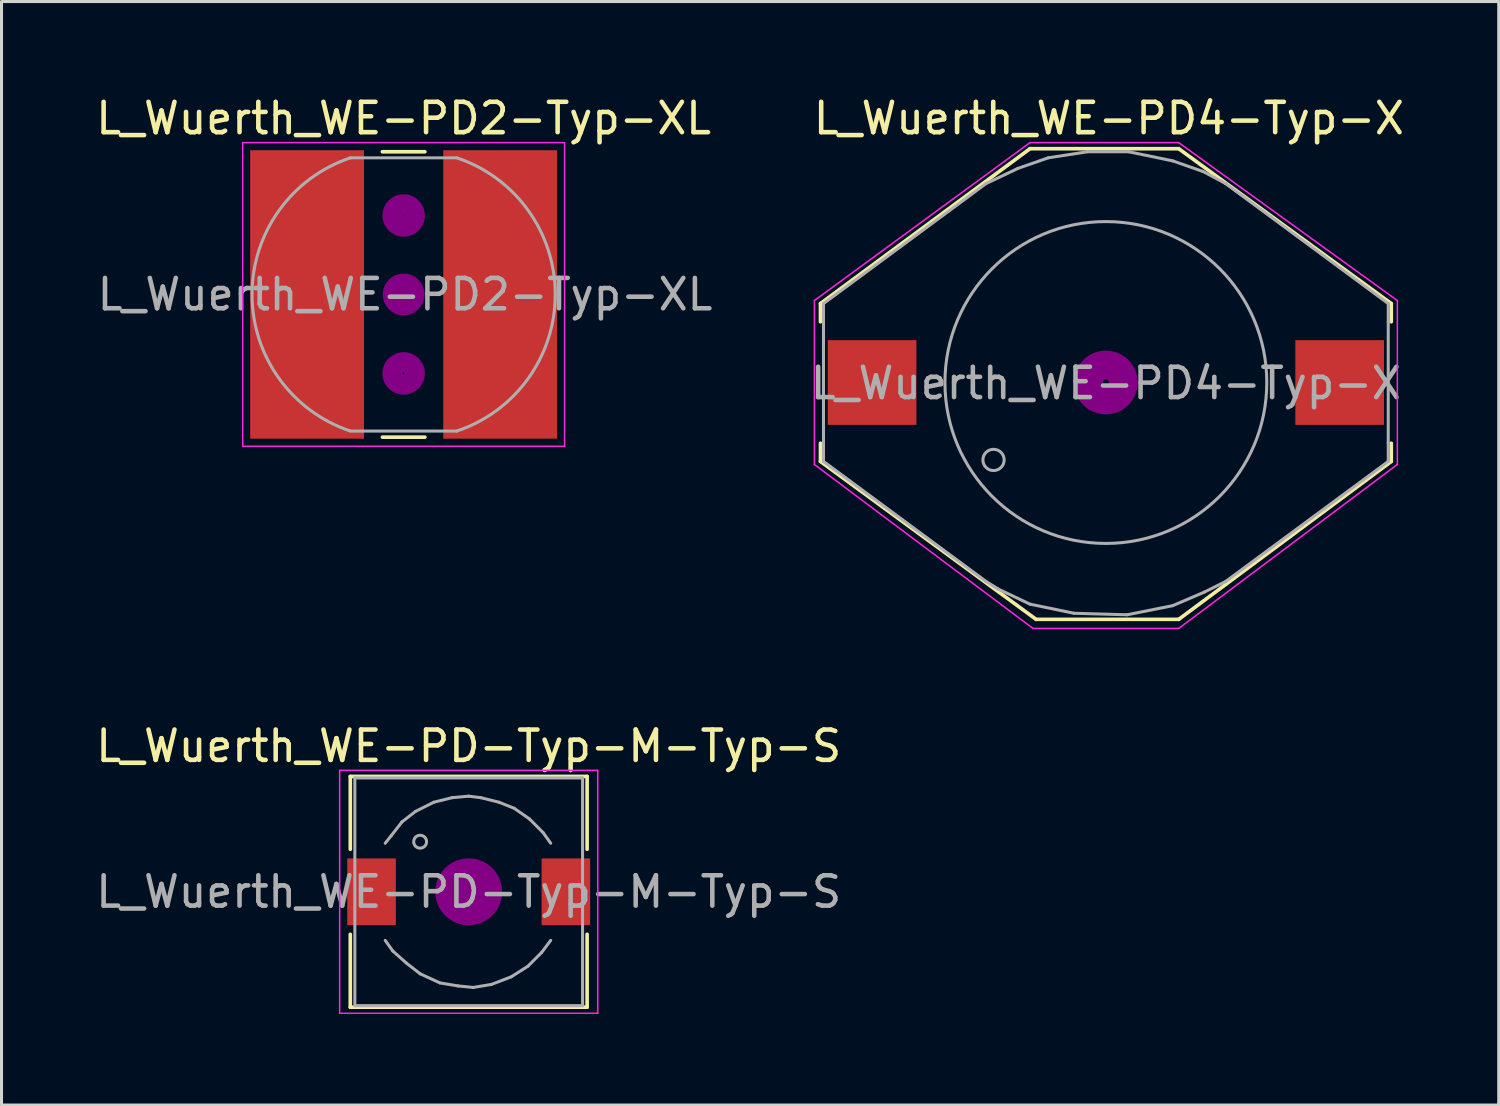
<source format=kicad_pcb>
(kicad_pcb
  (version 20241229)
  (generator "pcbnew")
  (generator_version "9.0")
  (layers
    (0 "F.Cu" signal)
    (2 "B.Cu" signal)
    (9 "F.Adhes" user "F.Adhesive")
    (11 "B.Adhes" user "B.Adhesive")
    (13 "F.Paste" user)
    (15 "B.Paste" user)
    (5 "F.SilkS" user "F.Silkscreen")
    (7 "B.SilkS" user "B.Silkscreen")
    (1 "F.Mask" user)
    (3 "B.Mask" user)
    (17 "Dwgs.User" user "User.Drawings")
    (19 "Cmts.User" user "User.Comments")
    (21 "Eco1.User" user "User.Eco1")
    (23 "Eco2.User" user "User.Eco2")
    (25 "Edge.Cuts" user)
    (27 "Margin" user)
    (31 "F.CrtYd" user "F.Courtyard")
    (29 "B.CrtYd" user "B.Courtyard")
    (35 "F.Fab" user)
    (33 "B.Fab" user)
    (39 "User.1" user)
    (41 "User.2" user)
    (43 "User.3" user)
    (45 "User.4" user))
  (footprint "L_Wuerth_WE-PD4-Typ-X"
    (layer "F.Cu")
    (at 33.372 9.548)
    (property "Reference" "L_Wuerth_WE-PD4-Typ-X" (at 0.1 -8.7 0) (layer "F.SilkS") (effects (font (size 1 1) (thickness 0.15))))
    (attr smd)
    (fp_line (start -9.4 -2.6) (end -2.5 -7.7) (stroke (width 0.12) (type solid)) (layer "F.SilkS"))
    (fp_line (start -9.4 -2) (end -9.4 -2.6) (stroke (width 0.12) (type solid)) (layer "F.SilkS"))
    (fp_line (start -9.4 2.6) (end -9.4 2) (stroke (width 0.12) (type solid)) (layer "F.SilkS"))
    (fp_line (start -9.4 2.6) (end -2.3 7.8) (stroke (width 0.12) (type solid)) (layer "F.SilkS"))
    (fp_line (start -2.5 -7.7) (end 2.4 -7.7) (stroke (width 0.12) (type solid)) (layer "F.SilkS"))
    (fp_line (start -2.3 7.8) (end 2.4 7.8) (stroke (width 0.12) (type solid)) (layer "F.SilkS"))
    (fp_line (start 2.4 -7.7) (end 9.4 -2.6) (stroke (width 0.12) (type solid)) (layer "F.SilkS"))
    (fp_line (start 2.4 7.8) (end 9.4 2.6) (stroke (width 0.12) (type solid)) (layer "F.SilkS"))
    (fp_line (start 9.4 -2) (end 9.4 -2.6) (stroke (width 0.12) (type solid)) (layer "F.SilkS"))
    (fp_line (start 9.4 2.6) (end 9.4 2) (stroke (width 0.12) (type solid)) (layer "F.SilkS"))
    (fp_circle (center 0 0) (end 0.1 0) (stroke (width 0.3) (type solid)) (fill no) (layer "F.Adhes"))
    (fp_circle (center 0 0) (end 0.3 0) (stroke (width 0.3) (type solid)) (fill no) (layer "F.Adhes"))
    (fp_circle (center 0 0) (end 0.5 0) (stroke (width 0.3) (type solid)) (fill no) (layer "F.Adhes"))
    (fp_circle (center 0 0) (end 0.7 0) (stroke (width 0.3) (type solid)) (fill no) (layer "F.Adhes"))
    (fp_circle (center 0 0) (end 0.9 0) (stroke (width 0.3) (type solid)) (fill no) (layer "F.Adhes"))
    (fp_line (start -9.6 -2.7) (end -2.5 -7.9) (stroke (width 0.05) (type solid)) (layer "F.CrtYd"))
    (fp_line (start -9.6 2.7) (end -9.6 -2.7) (stroke (width 0.05) (type solid)) (layer "F.CrtYd"))
    (fp_line (start -2.5 -7.9) (end 2.4 -7.9) (stroke (width 0.05) (type solid)) (layer "F.CrtYd"))
    (fp_line (start -2.4 8.1) (end -9.6 2.7) (stroke (width 0.05) (type solid)) (layer "F.CrtYd"))
    (fp_line (start 2.4 -7.9) (end 9.6 -2.7) (stroke (width 0.05) (type solid)) (layer "F.CrtYd"))
    (fp_line (start 2.4 8.1) (end -2.4 8.1) (stroke (width 0.05) (type solid)) (layer "F.CrtYd"))
    (fp_line (start 9.6 -2.7) (end 9.6 2.7) (stroke (width 0.05) (type solid)) (layer "F.CrtYd"))
    (fp_line (start 9.6 2.7) (end 2.4 8.1) (stroke (width 0.05) (type solid)) (layer "F.CrtYd"))
    (fp_line (start -9.3 -2.6) (end -9.3 -2) (stroke (width 0.1) (type solid)) (layer "F.Fab"))
    (fp_line (start -9.3 -2.6) (end -3.95 -6.55) (stroke (width 0.1) (type solid)) (layer "F.Fab"))
    (fp_line (start -9.3 2) (end -9.3 -2) (stroke (width 0.1) (type solid)) (layer "F.Fab"))
    (fp_line (start -9.3 2) (end -9.3 2.6) (stroke (width 0.1) (type solid)) (layer "F.Fab"))
    (fp_line (start -9.3 2.6) (end -3.95 6.55) (stroke (width 0.1) (type solid)) (layer "F.Fab"))
    (fp_line (start -3.95 -6.55) (end -2.9 -7.05) (stroke (width 0.1) (type solid)) (layer "F.Fab"))
    (fp_line (start -3.55 6.8) (end -3.95 6.55) (stroke (width 0.1) (type solid)) (layer "F.Fab"))
    (fp_line (start -2.9 -7.05) (end -1.9 -7.4) (stroke (width 0.1) (type solid)) (layer "F.Fab"))
    (fp_line (start -2.5 7.3) (end -3.55 6.8) (stroke (width 0.1) (type solid)) (layer "F.Fab"))
    (fp_line (start -1.9 -7.4) (end -0.6 -7.6) (stroke (width 0.1) (type solid)) (layer "F.Fab"))
    (fp_line (start -1.05 7.6) (end -2.5 7.3) (stroke (width 0.1) (type solid)) (layer "F.Fab"))
    (fp_line (start -0.6 -7.6) (end 0.75 -7.6) (stroke (width 0.1) (type solid)) (layer "F.Fab"))
    (fp_line (start 0.7 7.65) (end -1.05 7.6) (stroke (width 0.1) (type solid)) (layer "F.Fab"))
    (fp_line (start 0.75 -7.6) (end 2.2 -7.3) (stroke (width 0.1) (type solid)) (layer "F.Fab"))
    (fp_line (start 2.2 -7.3) (end 3.2 -6.95) (stroke (width 0.1) (type solid)) (layer "F.Fab"))
    (fp_line (start 2.2 7.35) (end 0.7 7.65) (stroke (width 0.1) (type solid)) (layer "F.Fab"))
    (fp_line (start 3.2 -6.95) (end 3.95 -6.55) (stroke (width 0.1) (type solid)) (layer "F.Fab"))
    (fp_line (start 3.25 6.9) (end 2.2 7.35) (stroke (width 0.1) (type solid)) (layer "F.Fab"))
    (fp_line (start 3.95 -6.55) (end 9.3 -2.6) (stroke (width 0.1) (type solid)) (layer "F.Fab"))
    (fp_line (start 3.95 6.55) (end 3.25 6.9) (stroke (width 0.1) (type solid)) (layer "F.Fab"))
    (fp_line (start 9.3 -2) (end 9.3 -2.6) (stroke (width 0.1) (type solid)) (layer "F.Fab"))
    (fp_line (start 9.3 -2) (end 9.3 2) (stroke (width 0.1) (type solid)) (layer "F.Fab"))
    (fp_line (start 9.3 2) (end 9.3 2.6) (stroke (width 0.1) (type solid)) (layer "F.Fab"))
    (fp_line (start 9.3 2.6) (end 3.95 6.55) (stroke (width 0.1) (type solid)) (layer "F.Fab"))
    (fp_circle (center -3.7 2.55) (end -3.7 2.2) (stroke (width 0.1) (type solid)) (fill no) (layer "F.Fab"))
    (fp_circle (center 0 0) (end 0 -5.3) (stroke (width 0.1) (type solid)) (fill no) (layer "F.Fab"))
    (fp_text user "${REFERENCE}" (at 0 0.025 0) (layer "F.Fab") (effects (font (size 1 1) (thickness 0.15))))
    (pad "1" smd rect (at -7.7 0 90) (size 2.79 2.92) (layers "F.Cu" "F.Mask" "F.Paste"))
    (pad "2" smd rect (at 7.7 0 90) (size 2.79 2.92) (layers "F.Cu" "F.Mask" "F.Paste")))
  (footprint "L_Wuerth_WE-PD-Typ-M-Typ-S"
    (layer "F.Cu")
    (at 12.387 26.322)
    (property "Reference" "L_Wuerth_WE-PD-Typ-M-Typ-S" (at 0 -4.8 0) (layer "F.SilkS") (effects (font (size 1 1) (thickness 0.15))))
    (attr smd)
    (fp_line (start -3.9 -1.4) (end -3.9 -3.8) (stroke (width 0.12) (type solid)) (layer "F.SilkS"))
    (fp_line (start -3.9 1.4) (end -3.9 3.8) (stroke (width 0.12) (type solid)) (layer "F.SilkS"))
    (fp_line (start -3.9 3.8) (end 3.9 3.8) (stroke (width 0.12) (type solid)) (layer "F.SilkS"))
    (fp_line (start 3.9 -3.8) (end -3.9 -3.8) (stroke (width 0.12) (type solid)) (layer "F.SilkS"))
    (fp_line (start 3.9 -1.4) (end 3.9 -3.8) (stroke (width 0.12) (type solid)) (layer "F.SilkS"))
    (fp_line (start 3.9 3.8) (end 3.9 1.4) (stroke (width 0.12) (type solid)) (layer "F.SilkS"))
    (fp_circle (center 0 0) (end 0.15 0.15) (stroke (width 0.38) (type solid)) (fill no) (layer "F.Adhes"))
    (fp_circle (center 0 0) (end 0.55 0.05) (stroke (width 0.38) (type solid)) (fill no) (layer "F.Adhes"))
    (fp_circle (center 0 0) (end 0.9 0.15) (stroke (width 0.38) (type solid)) (fill no) (layer "F.Adhes"))
    (fp_line (start -4.25 -4) (end 4.25 -4) (stroke (width 0.05) (type solid)) (layer "F.CrtYd"))
    (fp_line (start -4.25 4) (end -4.25 -4) (stroke (width 0.05) (type solid)) (layer "F.CrtYd"))
    (fp_line (start 4.25 -4) (end 4.25 4) (stroke (width 0.05) (type solid)) (layer "F.CrtYd"))
    (fp_line (start 4.25 4) (end -4.25 4) (stroke (width 0.05) (type solid)) (layer "F.CrtYd"))
    (fp_line (start -3.75 -3.75) (end -3.75 3.75) (stroke (width 0.1) (type solid)) (layer "F.Fab"))
    (fp_line (start -3.75 3.75) (end 3.75 3.75) (stroke (width 0.1) (type solid)) (layer "F.Fab"))
    (fp_line (start -2.75 1.6) (end -2.5 1.95) (stroke (width 0.1) (type solid)) (layer "F.Fab"))
    (fp_line (start -2.55 -1.85) (end -2.75 -1.6) (stroke (width 0.1) (type solid)) (layer "F.Fab"))
    (fp_line (start -2.5 1.95) (end -2.05 2.35) (stroke (width 0.1) (type solid)) (layer "F.Fab"))
    (fp_line (start -2.2 -2.3) (end -2.55 -1.85) (stroke (width 0.1) (type solid)) (layer "F.Fab"))
    (fp_line (start -2.05 2.35) (end -1.6 2.7) (stroke (width 0.1) (type solid)) (layer "F.Fab"))
    (fp_line (start -1.75 -2.65) (end -2.2 -2.3) (stroke (width 0.1) (type solid)) (layer "F.Fab"))
    (fp_line (start -1.6 2.7) (end -0.95 3) (stroke (width 0.1) (type solid)) (layer "F.Fab"))
    (fp_line (start -1.15 -2.95) (end -1.75 -2.65) (stroke (width 0.1) (type solid)) (layer "F.Fab"))
    (fp_line (start -0.95 3) (end -0.35 3.1) (stroke (width 0.1) (type solid)) (layer "F.Fab"))
    (fp_line (start -0.55 -3.1) (end -1.15 -2.95) (stroke (width 0.1) (type solid)) (layer "F.Fab"))
    (fp_line (start -0.35 3.1) (end 0.15 3.15) (stroke (width 0.1) (type solid)) (layer "F.Fab"))
    (fp_line (start 0 -3.15) (end -0.55 -3.1) (stroke (width 0.1) (type solid)) (layer "F.Fab"))
    (fp_line (start 0.15 3.15) (end 0.75 3.05) (stroke (width 0.1) (type solid)) (layer "F.Fab"))
    (fp_line (start 0.4 -3.1) (end 0 -3.15) (stroke (width 0.1) (type solid)) (layer "F.Fab"))
    (fp_line (start 0.75 3.05) (end 1.4 2.8) (stroke (width 0.1) (type solid)) (layer "F.Fab"))
    (fp_line (start 1 -2.95) (end 0.4 -3.1) (stroke (width 0.1) (type solid)) (layer "F.Fab"))
    (fp_line (start 1.4 2.8) (end 1.95 2.45) (stroke (width 0.1) (type solid)) (layer "F.Fab"))
    (fp_line (start 1.5 -2.75) (end 1 -2.95) (stroke (width 0.1) (type solid)) (layer "F.Fab"))
    (fp_line (start 1.95 2.45) (end 2.4 2) (stroke (width 0.1) (type solid)) (layer "F.Fab"))
    (fp_line (start 2 -2.4) (end 1.5 -2.75) (stroke (width 0.1) (type solid)) (layer "F.Fab"))
    (fp_line (start 2.4 2) (end 2.7 1.6) (stroke (width 0.1) (type solid)) (layer "F.Fab"))
    (fp_line (start 2.45 -1.95) (end 2 -2.4) (stroke (width 0.1) (type solid)) (layer "F.Fab"))
    (fp_line (start 2.7 -1.6) (end 2.45 -1.95) (stroke (width 0.1) (type solid)) (layer "F.Fab"))
    (fp_line (start 3.75 -3.75) (end -3.75 -3.75) (stroke (width 0.1) (type solid)) (layer "F.Fab"))
    (fp_line (start 3.75 3.75) (end 3.75 -3.75) (stroke (width 0.1) (type solid)) (layer "F.Fab"))
    (fp_circle (center -1.6 -1.65) (end -1.45 -1.5) (stroke (width 0.1) (type solid)) (fill no) (layer "F.Fab"))
    (fp_text user "${REFERENCE}" (at 0 0 0) (layer "F.Fab") (effects (font (size 1 1) (thickness 0.15))))
    (pad "1" smd rect (at -3.2 0) (size 1.6 2.2) (layers "F.Cu" "F.Mask" "F.Paste"))
    (pad "2" smd rect (at 3.2 0) (size 1.6 2.2) (layers "F.Cu" "F.Mask" "F.Paste")))
  (footprint "L_Wuerth_WE-PD2-Typ-XL"
    (layer "F.Cu")
    (at 10.244 6.648)
    (property "Reference" "L_Wuerth_WE-PD2-Typ-XL" (at 0 -5.8 0) (layer "F.SilkS") (effects (font (size 1 1) (thickness 0.15))))
    (attr smd)
    (fp_line (start -0.7 -4.7) (end 0.7 -4.7) (stroke (width 0.12) (type solid)) (layer "F.SilkS"))
    (fp_line (start -0.7 4.7) (end 0.7 4.7) (stroke (width 0.12) (type solid)) (layer "F.SilkS"))
    (fp_circle (center 0 -2.6) (end 0.2 -2.6) (stroke (width 0.38) (type solid)) (fill no) (layer "F.Adhes"))
    (fp_circle (center 0 -2.6) (end 0.5 -2.5) (stroke (width 0.38) (type solid)) (fill no) (layer "F.Adhes"))
    (fp_circle (center 0 0) (end 0.2 0) (stroke (width 0.38) (type solid)) (fill no) (layer "F.Adhes"))
    (fp_circle (center 0 0) (end 0.5 0) (stroke (width 0.38) (type solid)) (fill no) (layer "F.Adhes"))
    (fp_circle (center 0 2.6) (end 0.1 2.8) (stroke (width 0.38) (type solid)) (fill no) (layer "F.Adhes"))
    (fp_circle (center 0 2.6) (end 0.5 2.7) (stroke (width 0.38) (type solid)) (fill no) (layer "F.Adhes"))
    (fp_line (start -5.3 -5) (end -5.3 5) (stroke (width 0.05) (type solid)) (layer "F.CrtYd"))
    (fp_line (start -5.3 5) (end 5.3 5) (stroke (width 0.05) (type solid)) (layer "F.CrtYd"))
    (fp_line (start 5.3 -5) (end -5.3 -5) (stroke (width 0.05) (type solid)) (layer "F.CrtYd"))
    (fp_line (start 5.3 5) (end 5.3 -5) (stroke (width 0.05) (type solid)) (layer "F.CrtYd"))
    (fp_line (start -1.75 4.5) (end 1.75 4.5) (stroke (width 0.1) (type solid)) (layer "F.Fab"))
    (fp_line (start 1.75 -4.5) (end -1.75 -4.5) (stroke (width 0.1) (type solid)) (layer "F.Fab"))
    (fp_arc (start -1.760214 4.496582) (mid -4.993413 -0.005385) (end -1.75 -4.5) (stroke (width 0.1) (type solid)) (layer "F.Fab"))
    (fp_arc (start 1.760214 -4.496582) (mid 4.993413 0.005385) (end 1.75 4.5) (stroke (width 0.1) (type solid)) (layer "F.Fab"))
    (fp_text user "${REFERENCE}" (at 0.045 0 0) (layer "F.Fab") (effects (font (size 1 1) (thickness 0.15))))
    (pad "1" smd rect (at -3.18 0) (size 3.75 9.5) (layers "F.Cu" "F.Mask" "F.Paste"))
    (pad "2" smd rect (at 3.18 0) (size 3.75 9.5) (layers "F.Cu" "F.Mask" "F.Paste")))
  (gr_rect
    (start -3 -3)
    (end 46.312 33.346)
    (stroke (width 0.1) (type default))
    (fill no)
    (layer "Edge.Cuts")))
</source>
